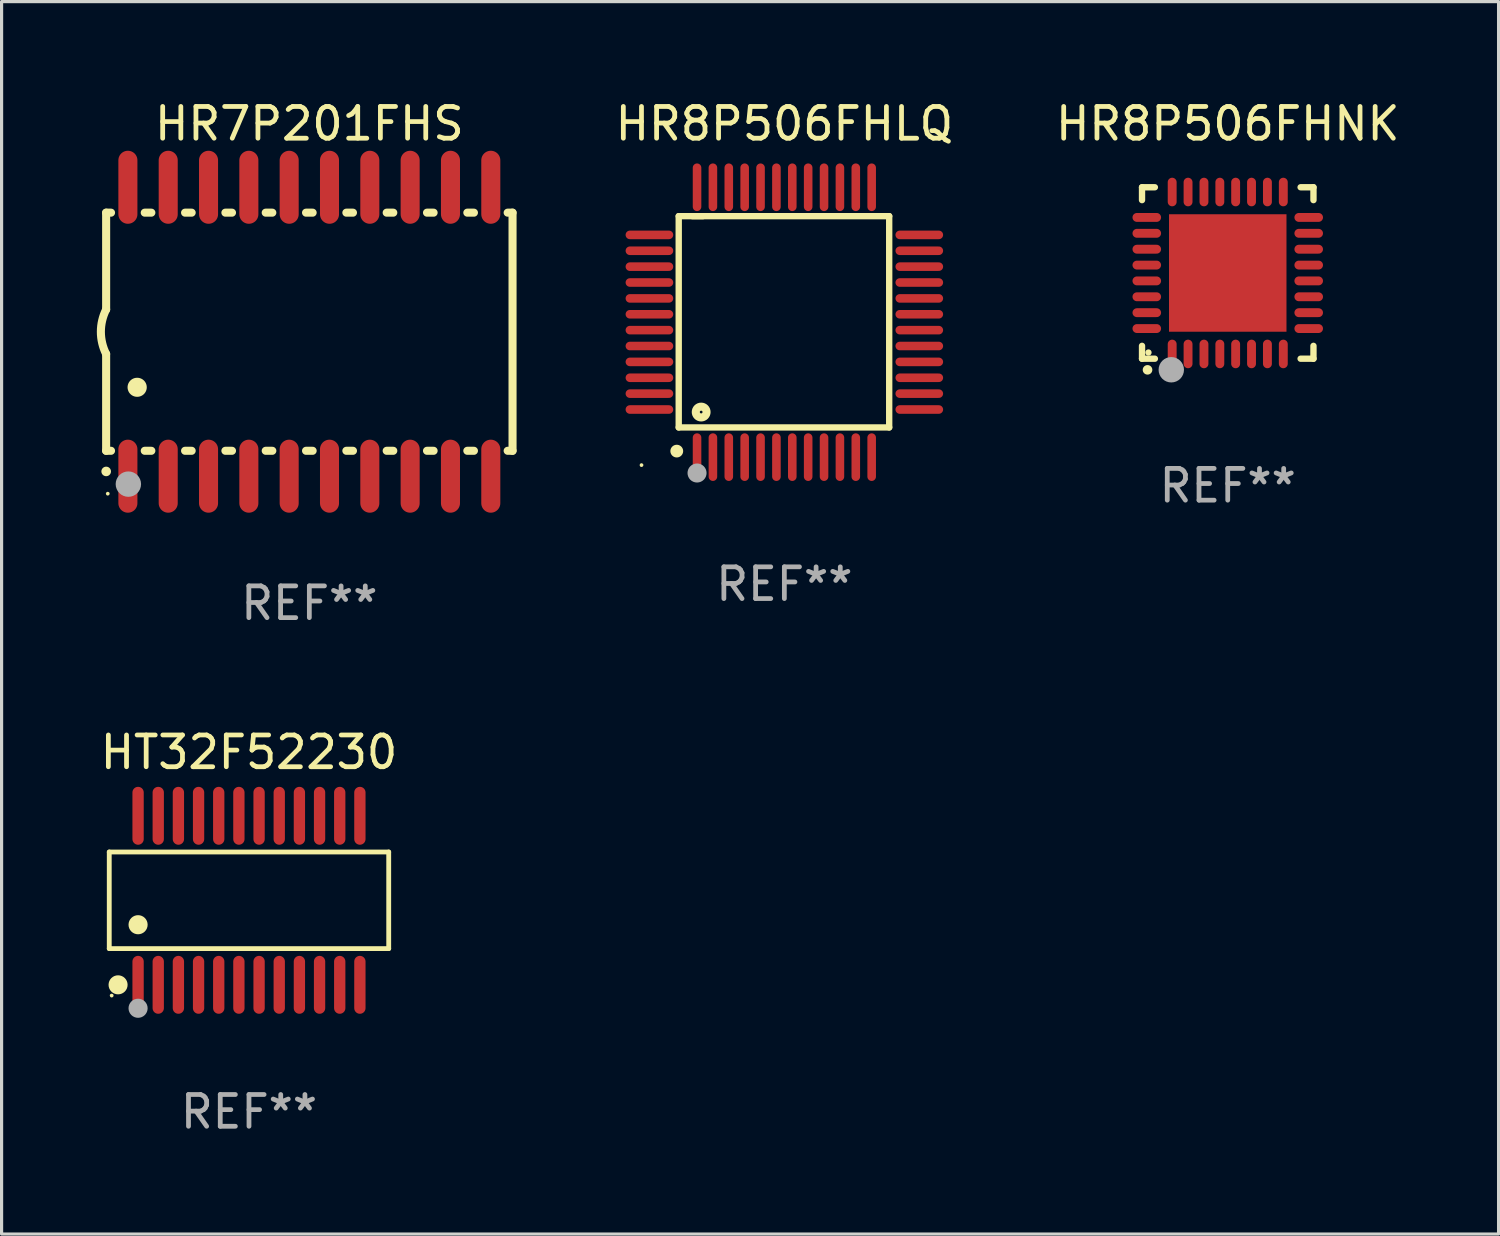
<source format=kicad_pcb>
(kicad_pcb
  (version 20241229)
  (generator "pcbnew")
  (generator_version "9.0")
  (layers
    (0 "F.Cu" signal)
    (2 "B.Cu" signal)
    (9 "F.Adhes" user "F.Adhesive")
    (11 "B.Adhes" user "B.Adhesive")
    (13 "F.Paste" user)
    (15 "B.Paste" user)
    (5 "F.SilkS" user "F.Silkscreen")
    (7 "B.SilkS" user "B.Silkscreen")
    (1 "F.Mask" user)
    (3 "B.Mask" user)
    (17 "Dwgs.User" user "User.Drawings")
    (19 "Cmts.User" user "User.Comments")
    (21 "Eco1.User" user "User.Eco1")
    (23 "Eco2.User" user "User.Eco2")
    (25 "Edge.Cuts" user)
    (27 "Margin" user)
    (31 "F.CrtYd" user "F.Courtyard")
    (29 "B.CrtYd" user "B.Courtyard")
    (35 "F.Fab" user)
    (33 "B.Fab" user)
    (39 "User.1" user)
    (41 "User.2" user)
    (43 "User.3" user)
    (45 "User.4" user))
  (footprint "HR8P506FHLQ"
    (layer "F.Cu")
    (at 21.654 7.098)
    (property "Reference" "HR8P506FHLQ" (at 0 -6.25 0) (layer "F.SilkS") (effects (font (size 1 1) (thickness 0.15))))
    (attr through_hole)
    (fp_line (start -3.327 -3.34) (end -2.565 -3.34) (stroke (width 0.2) (type solid)) (layer "F.SilkS"))
    (fp_line (start -3.327 3.315) (end -3.327 -3.34) (stroke (width 0.2) (type solid)) (layer "F.SilkS"))
    (fp_line (start -2.896 -3.34) (end 3.302 -3.34) (stroke (width 0.2) (type solid)) (layer "F.SilkS"))
    (fp_line (start 3.302 -3.34) (end 3.302 3.315) (stroke (width 0.2) (type solid)) (layer "F.SilkS"))
    (fp_line (start 3.302 3.315) (end -3.327 3.315) (stroke (width 0.2) (type solid)) (layer "F.SilkS"))
    (fp_arc (start -3.389992 4.059995) (mid -3.388722 4.059991) (end -3.387452 4.059995) (stroke (width 0.4) (type solid)) (layer "F.SilkS"))
    (fp_circle (center -4.5 4.5) (end -4.47 4.5) (stroke (width 0.06) (type solid)) (fill no) (layer "F.SilkS"))
    (fp_circle (center -2.62 2.83) (end -2.45 2.83) (stroke (width 0.254) (type solid)) (fill no) (layer "F.SilkS"))
    (fp_circle (center -2.75 4.75) (end -2.6 4.75) (stroke (width 0.3) (type solid)) (fill no) (layer "F.Fab"))
    (fp_text user "REF**" (at 0 8.25 0) (layer "F.Fab") (effects (font (size 1 1) (thickness 0.15))))
    (pad "1" smd oval (at -2.75 4.25) (size 0.27 1.5) (layers "F.Cu" "F.Mask" "F.Paste"))
    (pad "2" smd oval (at -2.25 4.25) (size 0.27 1.5) (layers "F.Cu" "F.Mask" "F.Paste"))
    (pad "3" smd oval (at -1.75 4.25) (size 0.27 1.5) (layers "F.Cu" "F.Mask" "F.Paste"))
    (pad "4" smd oval (at -1.25 4.25) (size 0.27 1.5) (layers "F.Cu" "F.Mask" "F.Paste"))
    (pad "5" smd oval (at -0.75 4.25) (size 0.27 1.5) (layers "F.Cu" "F.Mask" "F.Paste"))
    (pad "6" smd oval (at -0.25 4.25) (size 0.27 1.5) (layers "F.Cu" "F.Mask" "F.Paste"))
    (pad "7" smd oval (at 0.25 4.25) (size 0.27 1.5) (layers "F.Cu" "F.Mask" "F.Paste"))
    (pad "8" smd oval (at 0.75 4.25) (size 0.27 1.5) (layers "F.Cu" "F.Mask" "F.Paste"))
    (pad "9" smd oval (at 1.25 4.25) (size 0.27 1.5) (layers "F.Cu" "F.Mask" "F.Paste"))
    (pad "10" smd oval (at 1.75 4.25) (size 0.27 1.5) (layers "F.Cu" "F.Mask" "F.Paste"))
    (pad "11" smd oval (at 2.25 4.25) (size 0.27 1.5) (layers "F.Cu" "F.Mask" "F.Paste"))
    (pad "12" smd oval (at 2.75 4.25) (size 0.27 1.5) (layers "F.Cu" "F.Mask" "F.Paste"))
    (pad "13" smd oval (at 4.25 2.75) (size 1.5 0.27) (layers "F.Cu" "F.Mask" "F.Paste"))
    (pad "14" smd oval (at 4.25 2.25) (size 1.5 0.27) (layers "F.Cu" "F.Mask" "F.Paste"))
    (pad "15" smd oval (at 4.25 1.75) (size 1.5 0.27) (layers "F.Cu" "F.Mask" "F.Paste"))
    (pad "16" smd oval (at 4.25 1.25) (size 1.5 0.27) (layers "F.Cu" "F.Mask" "F.Paste"))
    (pad "17" smd oval (at 4.25 0.75) (size 1.5 0.27) (layers "F.Cu" "F.Mask" "F.Paste"))
    (pad "18" smd oval (at 4.25 0.25) (size 1.5 0.27) (layers "F.Cu" "F.Mask" "F.Paste"))
    (pad "19" smd oval (at 4.25 -0.25) (size 1.5 0.27) (layers "F.Cu" "F.Mask" "F.Paste"))
    (pad "20" smd oval (at 4.25 -0.75) (size 1.5 0.27) (layers "F.Cu" "F.Mask" "F.Paste"))
    (pad "21" smd oval (at 4.25 -1.25) (size 1.5 0.27) (layers "F.Cu" "F.Mask" "F.Paste"))
    (pad "22" smd oval (at 4.25 -1.75) (size 1.5 0.27) (layers "F.Cu" "F.Mask" "F.Paste"))
    (pad "23" smd oval (at 4.25 -2.25) (size 1.5 0.27) (layers "F.Cu" "F.Mask" "F.Paste"))
    (pad "24" smd oval (at 4.25 -2.75) (size 1.5 0.27) (layers "F.Cu" "F.Mask" "F.Paste"))
    (pad "25" smd oval (at 2.75 -4.25) (size 0.27 1.5) (layers "F.Cu" "F.Mask" "F.Paste"))
    (pad "26" smd oval (at 2.25 -4.25) (size 0.27 1.5) (layers "F.Cu" "F.Mask" "F.Paste"))
    (pad "27" smd oval (at 1.75 -4.25) (size 0.27 1.5) (layers "F.Cu" "F.Mask" "F.Paste"))
    (pad "28" smd oval (at 1.25 -4.25) (size 0.27 1.5) (layers "F.Cu" "F.Mask" "F.Paste"))
    (pad "29" smd oval (at 0.75 -4.25) (size 0.27 1.5) (layers "F.Cu" "F.Mask" "F.Paste"))
    (pad "30" smd oval (at 0.25 -4.25) (size 0.27 1.5) (layers "F.Cu" "F.Mask" "F.Paste"))
    (pad "31" smd oval (at -0.25 -4.25) (size 0.27 1.5) (layers "F.Cu" "F.Mask" "F.Paste"))
    (pad "32" smd oval (at -0.75 -4.25) (size 0.27 1.5) (layers "F.Cu" "F.Mask" "F.Paste"))
    (pad "33" smd oval (at -1.25 -4.25) (size 0.27 1.5) (layers "F.Cu" "F.Mask" "F.Paste"))
    (pad "34" smd oval (at -1.75 -4.25) (size 0.27 1.5) (layers "F.Cu" "F.Mask" "F.Paste"))
    (pad "35" smd oval (at -2.25 -4.25) (size 0.27 1.5) (layers "F.Cu" "F.Mask" "F.Paste"))
    (pad "36" smd oval (at -2.75 -4.25) (size 0.27 1.5) (layers "F.Cu" "F.Mask" "F.Paste"))
    (pad "37" smd oval (at -4.25 -2.75) (size 1.5 0.27) (layers "F.Cu" "F.Mask" "F.Paste"))
    (pad "38" smd oval (at -4.25 -2.25) (size 1.5 0.27) (layers "F.Cu" "F.Mask" "F.Paste"))
    (pad "39" smd oval (at -4.25 -1.75) (size 1.5 0.27) (layers "F.Cu" "F.Mask" "F.Paste"))
    (pad "40" smd oval (at -4.25 -1.25) (size 1.5 0.27) (layers "F.Cu" "F.Mask" "F.Paste"))
    (pad "41" smd oval (at -4.25 -0.75) (size 1.5 0.27) (layers "F.Cu" "F.Mask" "F.Paste"))
    (pad "42" smd oval (at -4.25 -0.25) (size 1.5 0.27) (layers "F.Cu" "F.Mask" "F.Paste"))
    (pad "43" smd oval (at -4.25 0.25) (size 1.5 0.27) (layers "F.Cu" "F.Mask" "F.Paste"))
    (pad "44" smd oval (at -4.25 0.75) (size 1.5 0.27) (layers "F.Cu" "F.Mask" "F.Paste"))
    (pad "45" smd oval (at -4.25 1.25) (size 1.5 0.27) (layers "F.Cu" "F.Mask" "F.Paste"))
    (pad "46" smd oval (at -4.25 1.75) (size 1.5 0.27) (layers "F.Cu" "F.Mask" "F.Paste"))
    (pad "47" smd oval (at -4.25 2.25) (size 1.5 0.27) (layers "F.Cu" "F.Mask" "F.Paste"))
    (pad "48" smd oval (at -4.25 2.75) (size 1.5 0.27) (layers "F.Cu" "F.Mask" "F.Paste")))
  (footprint "HR8P506FHNK"
    (layer "F.Cu")
    (at 35.619 5.548)
    (property "Reference" "HR8P506FHNK" (at 0 -4.7 0) (layer "F.SilkS") (effects (font (size 1 1) (thickness 0.15))))
    (attr through_hole)
    (fp_line (start -2.7 -2.7) (end -2.295 -2.7) (stroke (width 0.2) (type solid)) (layer "F.SilkS"))
    (fp_line (start -2.7 -2.295) (end -2.7 -2.7) (stroke (width 0.2) (type solid)) (layer "F.SilkS"))
    (fp_line (start -2.7 2.7) (end -2.7 2.295) (stroke (width 0.2) (type solid)) (layer "F.SilkS"))
    (fp_line (start -2.295 2.7) (end -2.7 2.7) (stroke (width 0.2) (type solid)) (layer "F.SilkS"))
    (fp_line (start 2.295 2.7) (end 2.7 2.7) (stroke (width 0.2) (type solid)) (layer "F.SilkS"))
    (fp_line (start 2.7 -2.7) (end 2.295 -2.7) (stroke (width 0.2) (type solid)) (layer "F.SilkS"))
    (fp_line (start 2.7 -2.295) (end 2.7 -2.7) (stroke (width 0.2) (type solid)) (layer "F.SilkS"))
    (fp_line (start 2.7 2.7) (end 2.7 2.295) (stroke (width 0.2) (type solid)) (layer "F.SilkS"))
    (fp_arc (start -2.527889 3.050546) (mid -2.526619 3.050541) (end -2.525349 3.050546) (stroke (width 0.3) (type solid)) (layer "F.SilkS"))
    (fp_circle (center -2.497 2.505) (end -2.447 2.505) (stroke (width 0.1) (type solid)) (fill no) (layer "F.SilkS"))
    (fp_circle (center -1.778 3.048) (end -1.578 3.048) (stroke (width 0.4) (type solid)) (fill no) (layer "F.Fab"))
    (fp_text user "REF**" (at 0 6.7 0) (layer "F.Fab") (effects (font (size 1 1) (thickness 0.15))))
    (pad "1" smd oval (at -1.75 2.55) (size 0.28 0.9) (layers "F.Cu" "F.Mask" "F.Paste"))
    (pad "2" smd oval (at -1.25 2.55) (size 0.28 0.9) (layers "F.Cu" "F.Mask" "F.Paste"))
    (pad "3" smd oval (at -0.749 2.55) (size 0.28 0.9) (layers "F.Cu" "F.Mask" "F.Paste"))
    (pad "4" smd oval (at -0.249 2.55) (size 0.28 0.9) (layers "F.Cu" "F.Mask" "F.Paste"))
    (pad "5" smd oval (at 0.249 2.55) (size 0.28 0.9) (layers "F.Cu" "F.Mask" "F.Paste"))
    (pad "6" smd oval (at 0.749 2.55) (size 0.28 0.9) (layers "F.Cu" "F.Mask" "F.Paste"))
    (pad "7" smd oval (at 1.25 2.55) (size 0.28 0.9) (layers "F.Cu" "F.Mask" "F.Paste"))
    (pad "8" smd oval (at 1.75 2.55) (size 0.28 0.9) (layers "F.Cu" "F.Mask" "F.Paste"))
    (pad "9" smd oval (at 2.55 1.75) (size 0.9 0.28) (layers "F.Cu" "F.Mask" "F.Paste"))
    (pad "10" smd oval (at 2.55 1.25) (size 0.9 0.28) (layers "F.Cu" "F.Mask" "F.Paste"))
    (pad "11" smd oval (at 2.55 0.749) (size 0.9 0.28) (layers "F.Cu" "F.Mask" "F.Paste"))
    (pad "12" smd oval (at 2.55 0.249) (size 0.9 0.28) (layers "F.Cu" "F.Mask" "F.Paste"))
    (pad "13" smd oval (at 2.55 -0.249) (size 0.9 0.28) (layers "F.Cu" "F.Mask" "F.Paste"))
    (pad "14" smd oval (at 2.55 -0.749) (size 0.9 0.28) (layers "F.Cu" "F.Mask" "F.Paste"))
    (pad "15" smd oval (at 2.55 -1.25) (size 0.9 0.28) (layers "F.Cu" "F.Mask" "F.Paste"))
    (pad "16" smd oval (at 2.55 -1.75) (size 0.9 0.28) (layers "F.Cu" "F.Mask" "F.Paste"))
    (pad "17" smd oval (at 1.75 -2.55) (size 0.28 0.9) (layers "F.Cu" "F.Mask" "F.Paste"))
    (pad "18" smd oval (at 1.25 -2.55) (size 0.28 0.9) (layers "F.Cu" "F.Mask" "F.Paste"))
    (pad "19" smd oval (at 0.749 -2.55) (size 0.28 0.9) (layers "F.Cu" "F.Mask" "F.Paste"))
    (pad "20" smd oval (at 0.249 -2.55) (size 0.28 0.9) (layers "F.Cu" "F.Mask" "F.Paste"))
    (pad "21" smd oval (at -0.249 -2.55) (size 0.28 0.9) (layers "F.Cu" "F.Mask" "F.Paste"))
    (pad "22" smd oval (at -0.749 -2.55) (size 0.28 0.9) (layers "F.Cu" "F.Mask" "F.Paste"))
    (pad "23" smd oval (at -1.25 -2.55) (size 0.28 0.9) (layers "F.Cu" "F.Mask" "F.Paste"))
    (pad "24" smd oval (at -1.75 -2.55) (size 0.28 0.9) (layers "F.Cu" "F.Mask" "F.Paste"))
    (pad "25" smd oval (at -2.55 -1.75) (size 0.9 0.28) (layers "F.Cu" "F.Mask" "F.Paste"))
    (pad "26" smd oval (at -2.55 -1.25) (size 0.9 0.28) (layers "F.Cu" "F.Mask" "F.Paste"))
    (pad "27" smd oval (at -2.55 -0.749) (size 0.9 0.28) (layers "F.Cu" "F.Mask" "F.Paste"))
    (pad "28" smd oval (at -2.55 -0.249) (size 0.9 0.28) (layers "F.Cu" "F.Mask" "F.Paste"))
    (pad "29" smd oval (at -2.55 0.249) (size 0.9 0.28) (layers "F.Cu" "F.Mask" "F.Paste"))
    (pad "30" smd oval (at -2.55 0.749) (size 0.9 0.28) (layers "F.Cu" "F.Mask" "F.Paste"))
    (pad "31" smd oval (at -2.55 1.25) (size 0.9 0.28) (layers "F.Cu" "F.Mask" "F.Paste"))
    (pad "32" smd oval (at -2.55 1.75) (size 0.9 0.28) (layers "F.Cu" "F.Mask" "F.Paste"))
    (pad "33" smd rect (at 0.000076 0.000076) (size 3.7 3.7) (layers "F.Cu" "F.Mask" "F.Paste")))
  (footprint "HT32F52230"
    (layer "F.Cu")
    (at 4.792 25.306)
    (property "Reference" "HT32F52230" (at 0 -4.662 0) (layer "F.SilkS") (effects (font (size 1 1) (thickness 0.15))))
    (attr through_hole)
    (fp_line (start -4.401 -1.521) (end 4.401 -1.521) (stroke (width 0.152) (type solid)) (layer "F.SilkS"))
    (fp_line (start -4.401 1.521) (end -4.401 -1.521) (stroke (width 0.152) (type solid)) (layer "F.SilkS"))
    (fp_line (start 4.401 -1.521) (end 4.401 1.521) (stroke (width 0.152) (type solid)) (layer "F.SilkS"))
    (fp_line (start 4.401 1.521) (end -4.401 1.521) (stroke (width 0.152) (type solid)) (layer "F.SilkS"))
    (fp_circle (center -4.325 3) (end -4.295 3) (stroke (width 0.06) (type solid)) (fill no) (layer "F.SilkS"))
    (fp_circle (center -4.123 2.662) (end -3.973 2.662) (stroke (width 0.3) (type solid)) (fill no) (layer "F.SilkS"))
    (fp_circle (center -3.493 0.769) (end -3.342 0.769) (stroke (width 0.3) (type solid)) (fill no) (layer "F.SilkS"))
    (fp_circle (center -3.493 3.4) (end -3.342 3.4) (stroke (width 0.3) (type solid)) (fill no) (layer "F.Fab"))
    (fp_text user "REF**" (at 0 6.662 0) (layer "F.Fab") (effects (font (size 1 1) (thickness 0.15))))
    (pad "1" smd oval (at -3.493 2.662) (size 0.356 1.824) (layers "F.Cu" "F.Mask" "F.Paste"))
    (pad "2" smd oval (at -2.858 2.662) (size 0.356 1.824) (layers "F.Cu" "F.Mask" "F.Paste"))
    (pad "3" smd oval (at -2.223 2.662) (size 0.356 1.824) (layers "F.Cu" "F.Mask" "F.Paste"))
    (pad "4" smd oval (at -1.588 2.662) (size 0.356 1.824) (layers "F.Cu" "F.Mask" "F.Paste"))
    (pad "5" smd oval (at -0.953 2.662) (size 0.356 1.824) (layers "F.Cu" "F.Mask" "F.Paste"))
    (pad "6" smd oval (at -0.318 2.662) (size 0.356 1.824) (layers "F.Cu" "F.Mask" "F.Paste"))
    (pad "7" smd oval (at 0.318 2.662) (size 0.356 1.824) (layers "F.Cu" "F.Mask" "F.Paste"))
    (pad "8" smd oval (at 0.953 2.662) (size 0.356 1.824) (layers "F.Cu" "F.Mask" "F.Paste"))
    (pad "9" smd oval (at 1.588 2.662) (size 0.356 1.824) (layers "F.Cu" "F.Mask" "F.Paste"))
    (pad "10" smd oval (at 2.223 2.662) (size 0.356 1.824) (layers "F.Cu" "F.Mask" "F.Paste"))
    (pad "11" smd oval (at 2.858 2.662) (size 0.356 1.824) (layers "F.Cu" "F.Mask" "F.Paste"))
    (pad "12" smd oval (at 3.493 2.662) (size 0.356 1.824) (layers "F.Cu" "F.Mask" "F.Paste"))
    (pad "13" smd oval (at 3.493 -2.662) (size 0.356 1.824) (layers "F.Cu" "F.Mask" "F.Paste"))
    (pad "14" smd oval (at 2.858 -2.662) (size 0.356 1.824) (layers "F.Cu" "F.Mask" "F.Paste"))
    (pad "15" smd oval (at 2.223 -2.662) (size 0.356 1.824) (layers "F.Cu" "F.Mask" "F.Paste"))
    (pad "16" smd oval (at 1.588 -2.662) (size 0.356 1.824) (layers "F.Cu" "F.Mask" "F.Paste"))
    (pad "17" smd oval (at 0.953 -2.662) (size 0.356 1.824) (layers "F.Cu" "F.Mask" "F.Paste"))
    (pad "18" smd oval (at 0.318 -2.662) (size 0.356 1.824) (layers "F.Cu" "F.Mask" "F.Paste"))
    (pad "19" smd oval (at -0.318 -2.662) (size 0.356 1.824) (layers "F.Cu" "F.Mask" "F.Paste"))
    (pad "20" smd oval (at -0.953 -2.662) (size 0.356 1.824) (layers "F.Cu" "F.Mask" "F.Paste"))
    (pad "21" smd oval (at -1.588 -2.662) (size 0.356 1.824) (layers "F.Cu" "F.Mask" "F.Paste"))
    (pad "22" smd oval (at -2.223 -2.662) (size 0.356 1.824) (layers "F.Cu" "F.Mask" "F.Paste"))
    (pad "23" smd oval (at -2.858 -2.662) (size 0.356 1.824) (layers "F.Cu" "F.Mask" "F.Paste"))
    (pad "24" smd oval (at -3.493 -2.662) (size 0.356 1.824) (layers "F.Cu" "F.Mask" "F.Paste")))
  (footprint "HR7P201FHS"
    (layer "F.Cu")
    (at 6.693 7.398)
    (property "Reference" "HR7P201FHS" (at 0 -6.55 0) (layer "F.SilkS") (effects (font (size 1 1) (thickness 0.15))))
    (attr through_hole)
    (fp_line (start -6.4 -3.75) (end -6.4 -0.7) (stroke (width 0.254) (type solid)) (layer "F.SilkS"))
    (fp_line (start -6.4 -3.75) (end -6.246 -3.75) (stroke (width 0.254) (type solid)) (layer "F.SilkS"))
    (fp_line (start -6.4 3.75) (end -6.4 0.7) (stroke (width 0.254) (type solid)) (layer "F.SilkS"))
    (fp_line (start -6.246 3.75) (end -6.4 3.75) (stroke (width 0.254) (type solid)) (layer "F.SilkS"))
    (fp_line (start -5.184 -3.75) (end -4.976 -3.75) (stroke (width 0.254) (type solid)) (layer "F.SilkS"))
    (fp_line (start -4.976 3.75) (end -5.184 3.75) (stroke (width 0.254) (type solid)) (layer "F.SilkS"))
    (fp_line (start -3.914 -3.75) (end -3.706 -3.75) (stroke (width 0.254) (type solid)) (layer "F.SilkS"))
    (fp_line (start -3.706 3.75) (end -3.914 3.75) (stroke (width 0.254) (type solid)) (layer "F.SilkS"))
    (fp_line (start -2.644 -3.75) (end -2.436 -3.75) (stroke (width 0.254) (type solid)) (layer "F.SilkS"))
    (fp_line (start -2.436 3.75) (end -2.644 3.75) (stroke (width 0.254) (type solid)) (layer "F.SilkS"))
    (fp_line (start -1.374 -3.75) (end -1.166 -3.75) (stroke (width 0.254) (type solid)) (layer "F.SilkS"))
    (fp_line (start -1.166 3.75) (end -1.374 3.75) (stroke (width 0.254) (type solid)) (layer "F.SilkS"))
    (fp_line (start -0.104 -3.75) (end 0.104 -3.75) (stroke (width 0.254) (type solid)) (layer "F.SilkS"))
    (fp_line (start 0.104 3.75) (end -0.104 3.75) (stroke (width 0.254) (type solid)) (layer "F.SilkS"))
    (fp_line (start 1.166 -3.75) (end 1.374 -3.75) (stroke (width 0.254) (type solid)) (layer "F.SilkS"))
    (fp_line (start 1.374 3.75) (end 1.166 3.75) (stroke (width 0.254) (type solid)) (layer "F.SilkS"))
    (fp_line (start 2.436 -3.75) (end 2.644 -3.75) (stroke (width 0.254) (type solid)) (layer "F.SilkS"))
    (fp_line (start 2.644 3.75) (end 2.436 3.75) (stroke (width 0.254) (type solid)) (layer "F.SilkS"))
    (fp_line (start 3.706 -3.75) (end 3.914 -3.75) (stroke (width 0.254) (type solid)) (layer "F.SilkS"))
    (fp_line (start 3.914 3.75) (end 3.706 3.75) (stroke (width 0.254) (type solid)) (layer "F.SilkS"))
    (fp_line (start 4.976 -3.75) (end 5.184 -3.75) (stroke (width 0.254) (type solid)) (layer "F.SilkS"))
    (fp_line (start 5.184 3.75) (end 4.976 3.75) (stroke (width 0.254) (type solid)) (layer "F.SilkS"))
    (fp_line (start 6.246 -3.75) (end 6.4 -3.75) (stroke (width 0.254) (type solid)) (layer "F.SilkS"))
    (fp_line (start 6.4 -3.75) (end 6.4 3.75) (stroke (width 0.254) (type solid)) (layer "F.SilkS"))
    (fp_line (start 6.4 3.75) (end 6.246 3.75) (stroke (width 0.254) (type solid)) (layer "F.SilkS"))
    (fp_arc (start -6.400812 0.701041) (mid -6.565912 0.000428) (end -6.400025 -0.7) (stroke (width 0.254001) (type solid)) (layer "F.SilkS"))
    (fp_arc (start -6.400025 4.4) (mid -6.398755 4.399995) (end -6.397485 4.4) (stroke (width 0.3) (type solid)) (layer "F.SilkS"))
    (fp_arc (start -5.425451 1.750064) (mid -5.422911 1.750053) (end -5.420371 1.750064) (stroke (width 0.6) (type solid)) (layer "F.SilkS"))
    (fp_circle (center -6.35 5.1) (end -6.32 5.1) (stroke (width 0.06) (type solid)) (fill no) (layer "F.SilkS"))
    (fp_circle (center -5.7 4.8) (end -5.5 4.8) (stroke (width 0.4) (type solid)) (fill no) (layer "F.Fab"))
    (fp_text user "REF**" (at 0 8.55 0) (layer "F.Fab") (effects (font (size 1 1) (thickness 0.15))))
    (pad "1" smd oval (at -5.715 4.55 180) (size 0.6 2.3) (layers "F.Cu" "F.Mask" "F.Paste"))
    (pad "2" smd oval (at -4.445 4.55 180) (size 0.6 2.3) (layers "F.Cu" "F.Mask" "F.Paste"))
    (pad "3" smd oval (at -3.175 4.55 180) (size 0.6 2.3) (layers "F.Cu" "F.Mask" "F.Paste"))
    (pad "4" smd oval (at -1.905 4.55 180) (size 0.6 2.3) (layers "F.Cu" "F.Mask" "F.Paste"))
    (pad "5" smd oval (at -0.635 4.55 180) (size 0.6 2.3) (layers "F.Cu" "F.Mask" "F.Paste"))
    (pad "6" smd oval (at 0.635 4.55 180) (size 0.6 2.3) (layers "F.Cu" "F.Mask" "F.Paste"))
    (pad "7" smd oval (at 1.905 4.55 180) (size 0.6 2.3) (layers "F.Cu" "F.Mask" "F.Paste"))
    (pad "8" smd oval (at 3.175 4.55 180) (size 0.6 2.3) (layers "F.Cu" "F.Mask" "F.Paste"))
    (pad "9" smd oval (at 4.445 4.55 180) (size 0.6 2.3) (layers "F.Cu" "F.Mask" "F.Paste"))
    (pad "10" smd oval (at 5.715 4.55 180) (size 0.6 2.3) (layers "F.Cu" "F.Mask" "F.Paste"))
    (pad "11" smd oval (at 5.715 -4.55 180) (size 0.6 2.3) (layers "F.Cu" "F.Mask" "F.Paste"))
    (pad "12" smd oval (at 4.445 -4.55 180) (size 0.6 2.3) (layers "F.Cu" "F.Mask" "F.Paste"))
    (pad "13" smd oval (at 3.175 -4.55 180) (size 0.6 2.3) (layers "F.Cu" "F.Mask" "F.Paste"))
    (pad "14" smd oval (at 1.905 -4.55 180) (size 0.6 2.3) (layers "F.Cu" "F.Mask" "F.Paste"))
    (pad "15" smd oval (at 0.635 -4.55 180) (size 0.6 2.3) (layers "F.Cu" "F.Mask" "F.Paste"))
    (pad "16" smd oval (at -0.635 -4.55 180) (size 0.6 2.3) (layers "F.Cu" "F.Mask" "F.Paste"))
    (pad "17" smd oval (at -1.905 -4.55 180) (size 0.6 2.3) (layers "F.Cu" "F.Mask" "F.Paste"))
    (pad "18" smd oval (at -3.175 -4.55 180) (size 0.6 2.3) (layers "F.Cu" "F.Mask" "F.Paste"))
    (pad "19" smd oval (at -4.445 -4.55 180) (size 0.6 2.3) (layers "F.Cu" "F.Mask" "F.Paste"))
    (pad "20" smd oval (at -5.715 -4.55 180) (size 0.6 2.3) (layers "F.Cu" "F.Mask" "F.Paste")))
  (gr_rect
    (start -3 -3)
    (end 44.149 35.817)
    (stroke (width 0.1) (type default))
    (fill no)
    (layer "Edge.Cuts")))
</source>
